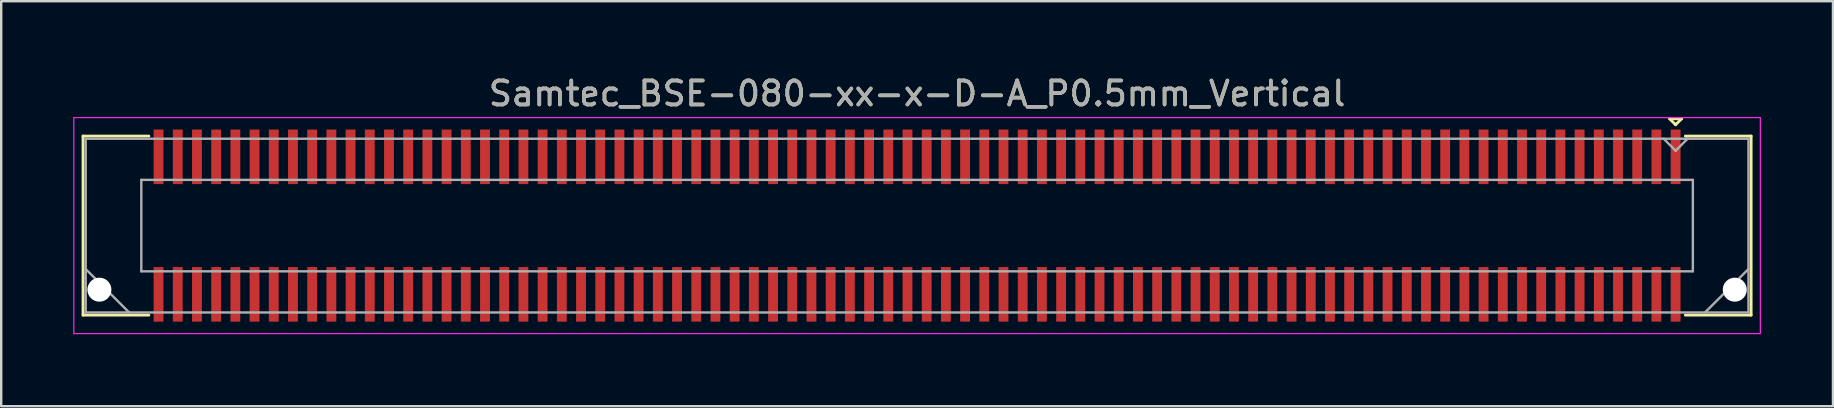
<source format=kicad_pcb>
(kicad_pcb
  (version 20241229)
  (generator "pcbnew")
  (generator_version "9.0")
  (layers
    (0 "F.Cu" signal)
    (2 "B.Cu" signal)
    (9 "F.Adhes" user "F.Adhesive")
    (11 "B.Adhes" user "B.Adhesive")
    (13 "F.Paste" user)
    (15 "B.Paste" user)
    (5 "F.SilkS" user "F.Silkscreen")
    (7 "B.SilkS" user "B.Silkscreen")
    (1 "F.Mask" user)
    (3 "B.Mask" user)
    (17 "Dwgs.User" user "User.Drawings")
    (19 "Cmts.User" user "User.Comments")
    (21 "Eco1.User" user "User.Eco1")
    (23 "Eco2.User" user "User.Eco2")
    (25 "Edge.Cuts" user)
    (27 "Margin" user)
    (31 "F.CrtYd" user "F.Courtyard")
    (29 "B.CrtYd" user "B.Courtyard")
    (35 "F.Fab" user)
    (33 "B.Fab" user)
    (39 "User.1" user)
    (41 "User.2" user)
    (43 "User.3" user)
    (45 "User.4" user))
  (footprint "Samtec_BSE-080-xx-x-D-A_P0.5mm_Vertical"
    (layer "F.Cu")
    (at 35.155 6.348)
    (property "Reference" "Samtec_BSE-080-xx-x-D-A_P0.5mm_Vertical" (at 0 -5.5 0) (layer "F.SilkS") (effects (font (size 1 1) (thickness 0.15))))
    (attr smd)
    (fp_line (start -34.745 -3.729) (end -32.005 -3.729) (stroke (width 0.12) (type solid)) (layer "F.SilkS"))
    (fp_line (start -34.745 3.729) (end -34.745 -3.729) (stroke (width 0.12) (type solid)) (layer "F.SilkS"))
    (fp_line (start -32.005 3.729) (end -34.745 3.729) (stroke (width 0.12) (type solid)) (layer "F.SilkS"))
    (fp_line (start 31.35 -4.452) (end 31.85 -4.452) (stroke (width 0.12) (type solid)) (layer "F.SilkS"))
    (fp_line (start 31.6 -4.202) (end 31.35 -4.452) (stroke (width 0.12) (type solid)) (layer "F.SilkS"))
    (fp_line (start 31.85 -4.452) (end 31.6 -4.202) (stroke (width 0.12) (type solid)) (layer "F.SilkS"))
    (fp_line (start 32.005 3.729) (end 34.745 3.729) (stroke (width 0.12) (type solid)) (layer "F.SilkS"))
    (fp_line (start 34.745 -3.729) (end 32.005 -3.729) (stroke (width 0.12) (type solid)) (layer "F.SilkS"))
    (fp_line (start 34.745 3.729) (end 34.745 -3.729) (stroke (width 0.12) (type solid)) (layer "F.SilkS"))
    (fp_line (start -35.13 -4.5) (end -35.13 4.5) (stroke (width 0.05) (type solid)) (layer "F.CrtYd"))
    (fp_line (start -35.13 4.5) (end 35.13 4.5) (stroke (width 0.05) (type solid)) (layer "F.CrtYd"))
    (fp_line (start 35.13 -4.5) (end -35.13 -4.5) (stroke (width 0.05) (type solid)) (layer "F.CrtYd"))
    (fp_line (start 35.13 4.5) (end 35.13 -4.5) (stroke (width 0.05) (type solid)) (layer "F.CrtYd"))
    (fp_line (start -34.635 -3.619) (end -34.635 3.619) (stroke (width 0.1) (type solid)) (layer "F.Fab"))
    (fp_line (start -34.635 1.81) (end -32.825 3.619) (stroke (width 0.1) (type solid)) (layer "F.Fab"))
    (fp_line (start -34.635 3.619) (end 34.635 3.619) (stroke (width 0.1) (type solid)) (layer "F.Fab"))
    (fp_line (start -32.318 -1.905) (end -32.318 1.905) (stroke (width 0.1) (type solid)) (layer "F.Fab"))
    (fp_line (start -32.318 1.905) (end 32.318 1.905) (stroke (width 0.1) (type solid)) (layer "F.Fab"))
    (fp_line (start 31.6 -3.119) (end 31.1 -3.619) (stroke (width 0.1) (type solid)) (layer "F.Fab"))
    (fp_line (start 32.1 -3.619) (end 31.6 -3.119) (stroke (width 0.1) (type solid)) (layer "F.Fab"))
    (fp_line (start 32.318 -1.905) (end -32.318 -1.905) (stroke (width 0.1) (type solid)) (layer "F.Fab"))
    (fp_line (start 32.318 1.905) (end 32.318 -1.905) (stroke (width 0.1) (type solid)) (layer "F.Fab"))
    (fp_line (start 34.635 -3.619) (end -34.635 -3.619) (stroke (width 0.1) (type solid)) (layer "F.Fab"))
    (fp_line (start 34.635 1.81) (end 32.825 3.619) (stroke (width 0.1) (type solid)) (layer "F.Fab"))
    (fp_line (start 34.635 3.619) (end 34.635 -3.619) (stroke (width 0.1) (type solid)) (layer "F.Fab"))
    (fp_text user "${REFERENCE}" (at 0 -5.5 0) (layer "F.Fab") (effects (font (size 1 1) (thickness 0.15))))
    (pad "" np_thru_hole circle (at -34.064 2.67) (size 1 1) (drill 1) (layers "*.Cu" "*.Mask"))
    (pad "" np_thru_hole circle (at 34.064 2.67) (size 1 1) (drill 1) (layers "*.Cu" "*.Mask"))
    (pad "1" smd rect (at 31.6 -2.865) (size 0.41 2.273) (layers "F.Cu" "F.Mask" "F.Paste"))
    (pad "2" smd rect (at 31.6 2.865) (size 0.41 2.273) (layers "F.Cu" "F.Mask" "F.Paste"))
    (pad "3" smd rect (at 30.8 -2.865) (size 0.41 2.273) (layers "F.Cu" "F.Mask" "F.Paste"))
    (pad "4" smd rect (at 30.8 2.865) (size 0.41 2.273) (layers "F.Cu" "F.Mask" "F.Paste"))
    (pad "5" smd rect (at 30 -2.865) (size 0.41 2.273) (layers "F.Cu" "F.Mask" "F.Paste"))
    (pad "6" smd rect (at 30 2.865) (size 0.41 2.273) (layers "F.Cu" "F.Mask" "F.Paste"))
    (pad "7" smd rect (at 29.2 -2.865) (size 0.41 2.273) (layers "F.Cu" "F.Mask" "F.Paste"))
    (pad "8" smd rect (at 29.2 2.865) (size 0.41 2.273) (layers "F.Cu" "F.Mask" "F.Paste"))
    (pad "9" smd rect (at 28.4 -2.865) (size 0.41 2.273) (layers "F.Cu" "F.Mask" "F.Paste"))
    (pad "10" smd rect (at 28.4 2.865) (size 0.41 2.273) (layers "F.Cu" "F.Mask" "F.Paste"))
    (pad "11" smd rect (at 27.6 -2.865) (size 0.41 2.273) (layers "F.Cu" "F.Mask" "F.Paste"))
    (pad "12" smd rect (at 27.6 2.865) (size 0.41 2.273) (layers "F.Cu" "F.Mask" "F.Paste"))
    (pad "13" smd rect (at 26.8 -2.865) (size 0.41 2.273) (layers "F.Cu" "F.Mask" "F.Paste"))
    (pad "14" smd rect (at 26.8 2.865) (size 0.41 2.273) (layers "F.Cu" "F.Mask" "F.Paste"))
    (pad "15" smd rect (at 26 -2.865) (size 0.41 2.273) (layers "F.Cu" "F.Mask" "F.Paste"))
    (pad "16" smd rect (at 26 2.865) (size 0.41 2.273) (layers "F.Cu" "F.Mask" "F.Paste"))
    (pad "17" smd rect (at 25.2 -2.865) (size 0.41 2.273) (layers "F.Cu" "F.Mask" "F.Paste"))
    (pad "18" smd rect (at 25.2 2.865) (size 0.41 2.273) (layers "F.Cu" "F.Mask" "F.Paste"))
    (pad "19" smd rect (at 24.4 -2.865) (size 0.41 2.273) (layers "F.Cu" "F.Mask" "F.Paste"))
    (pad "20" smd rect (at 24.4 2.865) (size 0.41 2.273) (layers "F.Cu" "F.Mask" "F.Paste"))
    (pad "21" smd rect (at 23.6 -2.865) (size 0.41 2.273) (layers "F.Cu" "F.Mask" "F.Paste"))
    (pad "22" smd rect (at 23.6 2.865) (size 0.41 2.273) (layers "F.Cu" "F.Mask" "F.Paste"))
    (pad "23" smd rect (at 22.8 -2.865) (size 0.41 2.273) (layers "F.Cu" "F.Mask" "F.Paste"))
    (pad "24" smd rect (at 22.8 2.865) (size 0.41 2.273) (layers "F.Cu" "F.Mask" "F.Paste"))
    (pad "25" smd rect (at 22 -2.865) (size 0.41 2.273) (layers "F.Cu" "F.Mask" "F.Paste"))
    (pad "26" smd rect (at 22 2.865) (size 0.41 2.273) (layers "F.Cu" "F.Mask" "F.Paste"))
    (pad "27" smd rect (at 21.2 -2.865) (size 0.41 2.273) (layers "F.Cu" "F.Mask" "F.Paste"))
    (pad "28" smd rect (at 21.2 2.865) (size 0.41 2.273) (layers "F.Cu" "F.Mask" "F.Paste"))
    (pad "29" smd rect (at 20.4 -2.865) (size 0.41 2.273) (layers "F.Cu" "F.Mask" "F.Paste"))
    (pad "30" smd rect (at 20.4 2.865) (size 0.41 2.273) (layers "F.Cu" "F.Mask" "F.Paste"))
    (pad "31" smd rect (at 19.6 -2.865) (size 0.41 2.273) (layers "F.Cu" "F.Mask" "F.Paste"))
    (pad "32" smd rect (at 19.6 2.865) (size 0.41 2.273) (layers "F.Cu" "F.Mask" "F.Paste"))
    (pad "33" smd rect (at 18.8 -2.865) (size 0.41 2.273) (layers "F.Cu" "F.Mask" "F.Paste"))
    (pad "34" smd rect (at 18.8 2.865) (size 0.41 2.273) (layers "F.Cu" "F.Mask" "F.Paste"))
    (pad "35" smd rect (at 18 -2.865) (size 0.41 2.273) (layers "F.Cu" "F.Mask" "F.Paste"))
    (pad "36" smd rect (at 18 2.865) (size 0.41 2.273) (layers "F.Cu" "F.Mask" "F.Paste"))
    (pad "37" smd rect (at 17.2 -2.865) (size 0.41 2.273) (layers "F.Cu" "F.Mask" "F.Paste"))
    (pad "38" smd rect (at 17.2 2.865) (size 0.41 2.273) (layers "F.Cu" "F.Mask" "F.Paste"))
    (pad "39" smd rect (at 16.4 -2.865) (size 0.41 2.273) (layers "F.Cu" "F.Mask" "F.Paste"))
    (pad "40" smd rect (at 16.4 2.865) (size 0.41 2.273) (layers "F.Cu" "F.Mask" "F.Paste"))
    (pad "41" smd rect (at 15.6 -2.865) (size 0.41 2.273) (layers "F.Cu" "F.Mask" "F.Paste"))
    (pad "42" smd rect (at 15.6 2.865) (size 0.41 2.273) (layers "F.Cu" "F.Mask" "F.Paste"))
    (pad "43" smd rect (at 14.8 -2.865) (size 0.41 2.273) (layers "F.Cu" "F.Mask" "F.Paste"))
    (pad "44" smd rect (at 14.8 2.865) (size 0.41 2.273) (layers "F.Cu" "F.Mask" "F.Paste"))
    (pad "45" smd rect (at 14 -2.865) (size 0.41 2.273) (layers "F.Cu" "F.Mask" "F.Paste"))
    (pad "46" smd rect (at 14 2.865) (size 0.41 2.273) (layers "F.Cu" "F.Mask" "F.Paste"))
    (pad "47" smd rect (at 13.2 -2.865) (size 0.41 2.273) (layers "F.Cu" "F.Mask" "F.Paste"))
    (pad "48" smd rect (at 13.2 2.865) (size 0.41 2.273) (layers "F.Cu" "F.Mask" "F.Paste"))
    (pad "49" smd rect (at 12.4 -2.865) (size 0.41 2.273) (layers "F.Cu" "F.Mask" "F.Paste"))
    (pad "50" smd rect (at 12.4 2.865) (size 0.41 2.273) (layers "F.Cu" "F.Mask" "F.Paste"))
    (pad "51" smd rect (at 11.6 -2.865) (size 0.41 2.273) (layers "F.Cu" "F.Mask" "F.Paste"))
    (pad "52" smd rect (at 11.6 2.865) (size 0.41 2.273) (layers "F.Cu" "F.Mask" "F.Paste"))
    (pad "53" smd rect (at 10.8 -2.865) (size 0.41 2.273) (layers "F.Cu" "F.Mask" "F.Paste"))
    (pad "54" smd rect (at 10.8 2.865) (size 0.41 2.273) (layers "F.Cu" "F.Mask" "F.Paste"))
    (pad "55" smd rect (at 10 -2.865) (size 0.41 2.273) (layers "F.Cu" "F.Mask" "F.Paste"))
    (pad "56" smd rect (at 10 2.865) (size 0.41 2.273) (layers "F.Cu" "F.Mask" "F.Paste"))
    (pad "57" smd rect (at 9.2 -2.865) (size 0.41 2.273) (layers "F.Cu" "F.Mask" "F.Paste"))
    (pad "58" smd rect (at 9.2 2.865) (size 0.41 2.273) (layers "F.Cu" "F.Mask" "F.Paste"))
    (pad "59" smd rect (at 8.4 -2.865) (size 0.41 2.273) (layers "F.Cu" "F.Mask" "F.Paste"))
    (pad "60" smd rect (at 8.4 2.865) (size 0.41 2.273) (layers "F.Cu" "F.Mask" "F.Paste"))
    (pad "61" smd rect (at 7.6 -2.865) (size 0.41 2.273) (layers "F.Cu" "F.Mask" "F.Paste"))
    (pad "62" smd rect (at 7.6 2.865) (size 0.41 2.273) (layers "F.Cu" "F.Mask" "F.Paste"))
    (pad "63" smd rect (at 6.8 -2.865) (size 0.41 2.273) (layers "F.Cu" "F.Mask" "F.Paste"))
    (pad "64" smd rect (at 6.8 2.865) (size 0.41 2.273) (layers "F.Cu" "F.Mask" "F.Paste"))
    (pad "65" smd rect (at 6 -2.865) (size 0.41 2.273) (layers "F.Cu" "F.Mask" "F.Paste"))
    (pad "66" smd rect (at 6 2.865) (size 0.41 2.273) (layers "F.Cu" "F.Mask" "F.Paste"))
    (pad "67" smd rect (at 5.2 -2.865) (size 0.41 2.273) (layers "F.Cu" "F.Mask" "F.Paste"))
    (pad "68" smd rect (at 5.2 2.865) (size 0.41 2.273) (layers "F.Cu" "F.Mask" "F.Paste"))
    (pad "69" smd rect (at 4.4 -2.865) (size 0.41 2.273) (layers "F.Cu" "F.Mask" "F.Paste"))
    (pad "70" smd rect (at 4.4 2.865) (size 0.41 2.273) (layers "F.Cu" "F.Mask" "F.Paste"))
    (pad "71" smd rect (at 3.6 -2.865) (size 0.41 2.273) (layers "F.Cu" "F.Mask" "F.Paste"))
    (pad "72" smd rect (at 3.6 2.865) (size 0.41 2.273) (layers "F.Cu" "F.Mask" "F.Paste"))
    (pad "73" smd rect (at 2.8 -2.865) (size 0.41 2.273) (layers "F.Cu" "F.Mask" "F.Paste"))
    (pad "74" smd rect (at 2.8 2.865) (size 0.41 2.273) (layers "F.Cu" "F.Mask" "F.Paste"))
    (pad "75" smd rect (at 2 -2.865) (size 0.41 2.273) (layers "F.Cu" "F.Mask" "F.Paste"))
    (pad "76" smd rect (at 2 2.865) (size 0.41 2.273) (layers "F.Cu" "F.Mask" "F.Paste"))
    (pad "77" smd rect (at 1.2 -2.865) (size 0.41 2.273) (layers "F.Cu" "F.Mask" "F.Paste"))
    (pad "78" smd rect (at 1.2 2.865) (size 0.41 2.273) (layers "F.Cu" "F.Mask" "F.Paste"))
    (pad "79" smd rect (at 0.4 -2.865) (size 0.41 2.273) (layers "F.Cu" "F.Mask" "F.Paste"))
    (pad "80" smd rect (at 0.4 2.865) (size 0.41 2.273) (layers "F.Cu" "F.Mask" "F.Paste"))
    (pad "81" smd rect (at -0.4 -2.865) (size 0.41 2.273) (layers "F.Cu" "F.Mask" "F.Paste"))
    (pad "82" smd rect (at -0.4 2.865) (size 0.41 2.273) (layers "F.Cu" "F.Mask" "F.Paste"))
    (pad "83" smd rect (at -1.2 -2.865) (size 0.41 2.273) (layers "F.Cu" "F.Mask" "F.Paste"))
    (pad "84" smd rect (at -1.2 2.865) (size 0.41 2.273) (layers "F.Cu" "F.Mask" "F.Paste"))
    (pad "85" smd rect (at -2 -2.865) (size 0.41 2.273) (layers "F.Cu" "F.Mask" "F.Paste"))
    (pad "86" smd rect (at -2 2.865) (size 0.41 2.273) (layers "F.Cu" "F.Mask" "F.Paste"))
    (pad "87" smd rect (at -2.8 -2.865) (size 0.41 2.273) (layers "F.Cu" "F.Mask" "F.Paste"))
    (pad "88" smd rect (at -2.8 2.865) (size 0.41 2.273) (layers "F.Cu" "F.Mask" "F.Paste"))
    (pad "89" smd rect (at -3.6 -2.865) (size 0.41 2.273) (layers "F.Cu" "F.Mask" "F.Paste"))
    (pad "90" smd rect (at -3.6 2.865) (size 0.41 2.273) (layers "F.Cu" "F.Mask" "F.Paste"))
    (pad "91" smd rect (at -4.4 -2.865) (size 0.41 2.273) (layers "F.Cu" "F.Mask" "F.Paste"))
    (pad "92" smd rect (at -4.4 2.865) (size 0.41 2.273) (layers "F.Cu" "F.Mask" "F.Paste"))
    (pad "93" smd rect (at -5.2 -2.865) (size 0.41 2.273) (layers "F.Cu" "F.Mask" "F.Paste"))
    (pad "94" smd rect (at -5.2 2.865) (size 0.41 2.273) (layers "F.Cu" "F.Mask" "F.Paste"))
    (pad "95" smd rect (at -6 -2.865) (size 0.41 2.273) (layers "F.Cu" "F.Mask" "F.Paste"))
    (pad "96" smd rect (at -6 2.865) (size 0.41 2.273) (layers "F.Cu" "F.Mask" "F.Paste"))
    (pad "97" smd rect (at -6.8 -2.865) (size 0.41 2.273) (layers "F.Cu" "F.Mask" "F.Paste"))
    (pad "98" smd rect (at -6.8 2.865) (size 0.41 2.273) (layers "F.Cu" "F.Mask" "F.Paste"))
    (pad "99" smd rect (at -7.6 -2.865) (size 0.41 2.273) (layers "F.Cu" "F.Mask" "F.Paste"))
    (pad "100" smd rect (at -7.6 2.865) (size 0.41 2.273) (layers "F.Cu" "F.Mask" "F.Paste"))
    (pad "101" smd rect (at -8.4 -2.865) (size 0.41 2.273) (layers "F.Cu" "F.Mask" "F.Paste"))
    (pad "102" smd rect (at -8.4 2.865) (size 0.41 2.273) (layers "F.Cu" "F.Mask" "F.Paste"))
    (pad "103" smd rect (at -9.2 -2.865) (size 0.41 2.273) (layers "F.Cu" "F.Mask" "F.Paste"))
    (pad "104" smd rect (at -9.2 2.865) (size 0.41 2.273) (layers "F.Cu" "F.Mask" "F.Paste"))
    (pad "105" smd rect (at -10 -2.865) (size 0.41 2.273) (layers "F.Cu" "F.Mask" "F.Paste"))
    (pad "106" smd rect (at -10 2.865) (size 0.41 2.273) (layers "F.Cu" "F.Mask" "F.Paste"))
    (pad "107" smd rect (at -10.8 -2.865) (size 0.41 2.273) (layers "F.Cu" "F.Mask" "F.Paste"))
    (pad "108" smd rect (at -10.8 2.865) (size 0.41 2.273) (layers "F.Cu" "F.Mask" "F.Paste"))
    (pad "109" smd rect (at -11.6 -2.865) (size 0.41 2.273) (layers "F.Cu" "F.Mask" "F.Paste"))
    (pad "110" smd rect (at -11.6 2.865) (size 0.41 2.273) (layers "F.Cu" "F.Mask" "F.Paste"))
    (pad "111" smd rect (at -12.4 -2.865) (size 0.41 2.273) (layers "F.Cu" "F.Mask" "F.Paste"))
    (pad "112" smd rect (at -12.4 2.865) (size 0.41 2.273) (layers "F.Cu" "F.Mask" "F.Paste"))
    (pad "113" smd rect (at -13.2 -2.865) (size 0.41 2.273) (layers "F.Cu" "F.Mask" "F.Paste"))
    (pad "114" smd rect (at -13.2 2.865) (size 0.41 2.273) (layers "F.Cu" "F.Mask" "F.Paste"))
    (pad "115" smd rect (at -14 -2.865) (size 0.41 2.273) (layers "F.Cu" "F.Mask" "F.Paste"))
    (pad "116" smd rect (at -14 2.865) (size 0.41 2.273) (layers "F.Cu" "F.Mask" "F.Paste"))
    (pad "117" smd rect (at -14.8 -2.865) (size 0.41 2.273) (layers "F.Cu" "F.Mask" "F.Paste"))
    (pad "118" smd rect (at -14.8 2.865) (size 0.41 2.273) (layers "F.Cu" "F.Mask" "F.Paste"))
    (pad "119" smd rect (at -15.6 -2.865) (size 0.41 2.273) (layers "F.Cu" "F.Mask" "F.Paste"))
    (pad "120" smd rect (at -15.6 2.865) (size 0.41 2.273) (layers "F.Cu" "F.Mask" "F.Paste"))
    (pad "121" smd rect (at -16.4 -2.865) (size 0.41 2.273) (layers "F.Cu" "F.Mask" "F.Paste"))
    (pad "122" smd rect (at -16.4 2.865) (size 0.41 2.273) (layers "F.Cu" "F.Mask" "F.Paste"))
    (pad "123" smd rect (at -17.2 -2.865) (size 0.41 2.273) (layers "F.Cu" "F.Mask" "F.Paste"))
    (pad "124" smd rect (at -17.2 2.865) (size 0.41 2.273) (layers "F.Cu" "F.Mask" "F.Paste"))
    (pad "125" smd rect (at -18 -2.865) (size 0.41 2.273) (layers "F.Cu" "F.Mask" "F.Paste"))
    (pad "126" smd rect (at -18 2.865) (size 0.41 2.273) (layers "F.Cu" "F.Mask" "F.Paste"))
    (pad "127" smd rect (at -18.8 -2.865) (size 0.41 2.273) (layers "F.Cu" "F.Mask" "F.Paste"))
    (pad "128" smd rect (at -18.8 2.865) (size 0.41 2.273) (layers "F.Cu" "F.Mask" "F.Paste"))
    (pad "129" smd rect (at -19.6 -2.865) (size 0.41 2.273) (layers "F.Cu" "F.Mask" "F.Paste"))
    (pad "130" smd rect (at -19.6 2.865) (size 0.41 2.273) (layers "F.Cu" "F.Mask" "F.Paste"))
    (pad "131" smd rect (at -20.4 -2.865) (size 0.41 2.273) (layers "F.Cu" "F.Mask" "F.Paste"))
    (pad "132" smd rect (at -20.4 2.865) (size 0.41 2.273) (layers "F.Cu" "F.Mask" "F.Paste"))
    (pad "133" smd rect (at -21.2 -2.865) (size 0.41 2.273) (layers "F.Cu" "F.Mask" "F.Paste"))
    (pad "134" smd rect (at -21.2 2.865) (size 0.41 2.273) (layers "F.Cu" "F.Mask" "F.Paste"))
    (pad "135" smd rect (at -22 -2.865) (size 0.41 2.273) (layers "F.Cu" "F.Mask" "F.Paste"))
    (pad "136" smd rect (at -22 2.865) (size 0.41 2.273) (layers "F.Cu" "F.Mask" "F.Paste"))
    (pad "137" smd rect (at -22.8 -2.865) (size 0.41 2.273) (layers "F.Cu" "F.Mask" "F.Paste"))
    (pad "138" smd rect (at -22.8 2.865) (size 0.41 2.273) (layers "F.Cu" "F.Mask" "F.Paste"))
    (pad "139" smd rect (at -23.6 -2.865) (size 0.41 2.273) (layers "F.Cu" "F.Mask" "F.Paste"))
    (pad "140" smd rect (at -23.6 2.865) (size 0.41 2.273) (layers "F.Cu" "F.Mask" "F.Paste"))
    (pad "141" smd rect (at -24.4 -2.865) (size 0.41 2.273) (layers "F.Cu" "F.Mask" "F.Paste"))
    (pad "142" smd rect (at -24.4 2.865) (size 0.41 2.273) (layers "F.Cu" "F.Mask" "F.Paste"))
    (pad "143" smd rect (at -25.2 -2.865) (size 0.41 2.273) (layers "F.Cu" "F.Mask" "F.Paste"))
    (pad "144" smd rect (at -25.2 2.865) (size 0.41 2.273) (layers "F.Cu" "F.Mask" "F.Paste"))
    (pad "145" smd rect (at -26 -2.865) (size 0.41 2.273) (layers "F.Cu" "F.Mask" "F.Paste"))
    (pad "146" smd rect (at -26 2.865) (size 0.41 2.273) (layers "F.Cu" "F.Mask" "F.Paste"))
    (pad "147" smd rect (at -26.8 -2.865) (size 0.41 2.273) (layers "F.Cu" "F.Mask" "F.Paste"))
    (pad "148" smd rect (at -26.8 2.865) (size 0.41 2.273) (layers "F.Cu" "F.Mask" "F.Paste"))
    (pad "149" smd rect (at -27.6 -2.865) (size 0.41 2.273) (layers "F.Cu" "F.Mask" "F.Paste"))
    (pad "150" smd rect (at -27.6 2.865) (size 0.41 2.273) (layers "F.Cu" "F.Mask" "F.Paste"))
    (pad "151" smd rect (at -28.4 -2.865) (size 0.41 2.273) (layers "F.Cu" "F.Mask" "F.Paste"))
    (pad "152" smd rect (at -28.4 2.865) (size 0.41 2.273) (layers "F.Cu" "F.Mask" "F.Paste"))
    (pad "153" smd rect (at -29.2 -2.865) (size 0.41 2.273) (layers "F.Cu" "F.Mask" "F.Paste"))
    (pad "154" smd rect (at -29.2 2.865) (size 0.41 2.273) (layers "F.Cu" "F.Mask" "F.Paste"))
    (pad "155" smd rect (at -30 -2.865) (size 0.41 2.273) (layers "F.Cu" "F.Mask" "F.Paste"))
    (pad "156" smd rect (at -30 2.865) (size 0.41 2.273) (layers "F.Cu" "F.Mask" "F.Paste"))
    (pad "157" smd rect (at -30.8 -2.865) (size 0.41 2.273) (layers "F.Cu" "F.Mask" "F.Paste"))
    (pad "158" smd rect (at -30.8 2.865) (size 0.41 2.273) (layers "F.Cu" "F.Mask" "F.Paste"))
    (pad "159" smd rect (at -31.6 -2.865) (size 0.41 2.273) (layers "F.Cu" "F.Mask" "F.Paste"))
    (pad "160" smd rect (at -31.6 2.865) (size 0.41 2.273) (layers "F.Cu" "F.Mask" "F.Paste")))
  (gr_rect
    (start -3 -3)
    (end 73.31 13.873)
    (stroke (width 0.1) (type default))
    (fill no)
    (layer "Edge.Cuts")))
</source>
